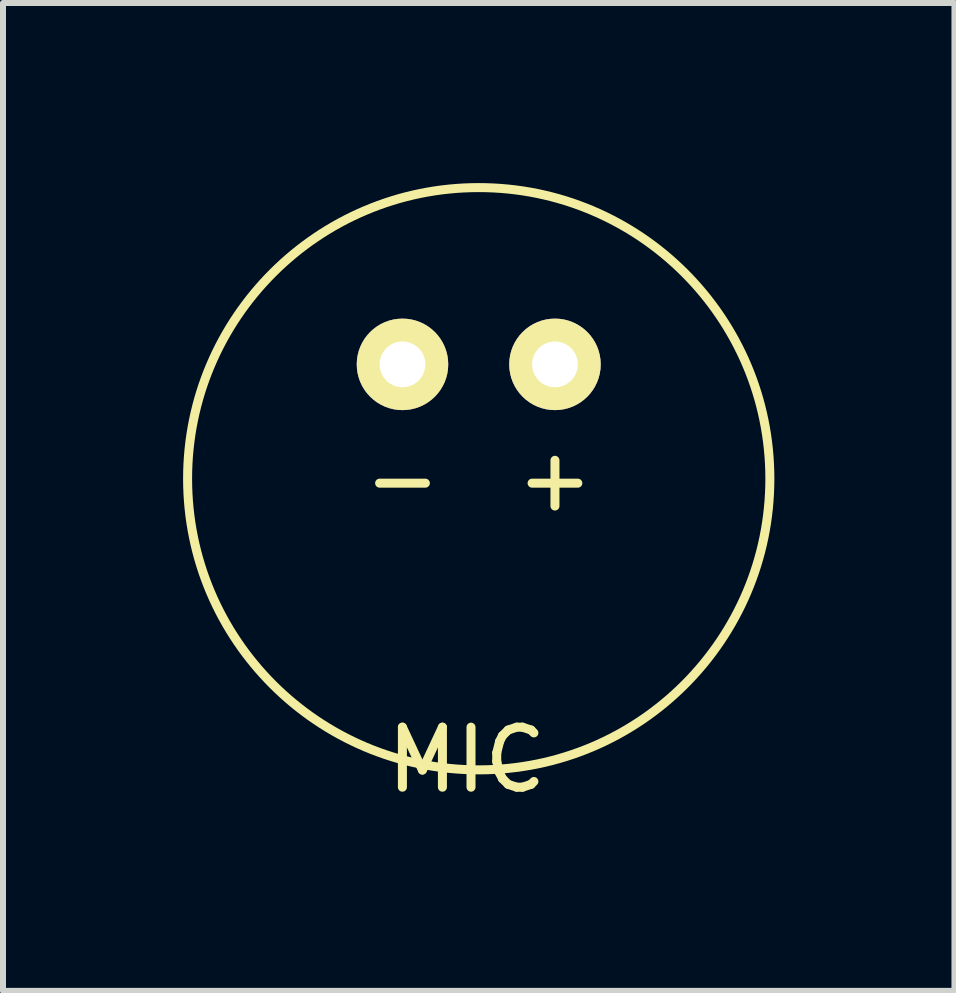
<source format=kicad_pcb>
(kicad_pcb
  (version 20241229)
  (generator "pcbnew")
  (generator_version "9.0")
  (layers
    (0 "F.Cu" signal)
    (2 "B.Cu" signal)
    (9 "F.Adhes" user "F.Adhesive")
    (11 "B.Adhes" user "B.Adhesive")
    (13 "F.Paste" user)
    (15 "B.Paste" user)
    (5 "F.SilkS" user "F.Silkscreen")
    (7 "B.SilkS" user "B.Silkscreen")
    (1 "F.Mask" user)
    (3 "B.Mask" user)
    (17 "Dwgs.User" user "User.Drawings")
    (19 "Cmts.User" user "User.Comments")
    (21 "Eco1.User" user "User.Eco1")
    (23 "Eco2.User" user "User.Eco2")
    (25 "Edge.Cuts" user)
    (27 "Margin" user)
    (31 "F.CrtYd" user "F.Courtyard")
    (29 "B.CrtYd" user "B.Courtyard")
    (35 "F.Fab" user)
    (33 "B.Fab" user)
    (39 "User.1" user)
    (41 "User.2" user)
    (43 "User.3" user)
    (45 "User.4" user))
  (footprint "MIC"
    (layer "F.Cu")
    (at 4.925 4.925)
    (property "Reference" "MIC" (at -0.2 4.684 0) (layer "F.SilkS") (effects (font (size 1 1) (thickness 0.15))))
    (attr exclude_from_pos_files exclude_from_bom)
    (fp_circle (center 0 0) (end 4.85 0) (stroke (width 0.15) (type solid)) (fill no) (layer "F.SilkS"))
    (fp_text user "-" (at -1.27 0 0) (layer "F.SilkS") (effects (font (size 1 1) (thickness 0.15))))
    (fp_text user "+" (at 1.27 0 0) (layer "F.SilkS") (effects (font (size 1 1) (thickness 0.15))))
    (pad "1" thru_hole circle (at -1.27 -1.905) (size 1.524 1.524) (drill 0.762) (layers "*.Cu" "*.Mask" "F.SilkS"))
    (pad "2" thru_hole circle (at 1.27 -1.905) (size 1.524 1.524) (drill 0.762) (layers "*.Cu" "*.Mask" "F.SilkS")))
  (gr_rect
    (start -3 -3)
    (end 12.85 13.457)
    (stroke (width 0.1) (type default))
    (fill no)
    (layer "Edge.Cuts")))
</source>
